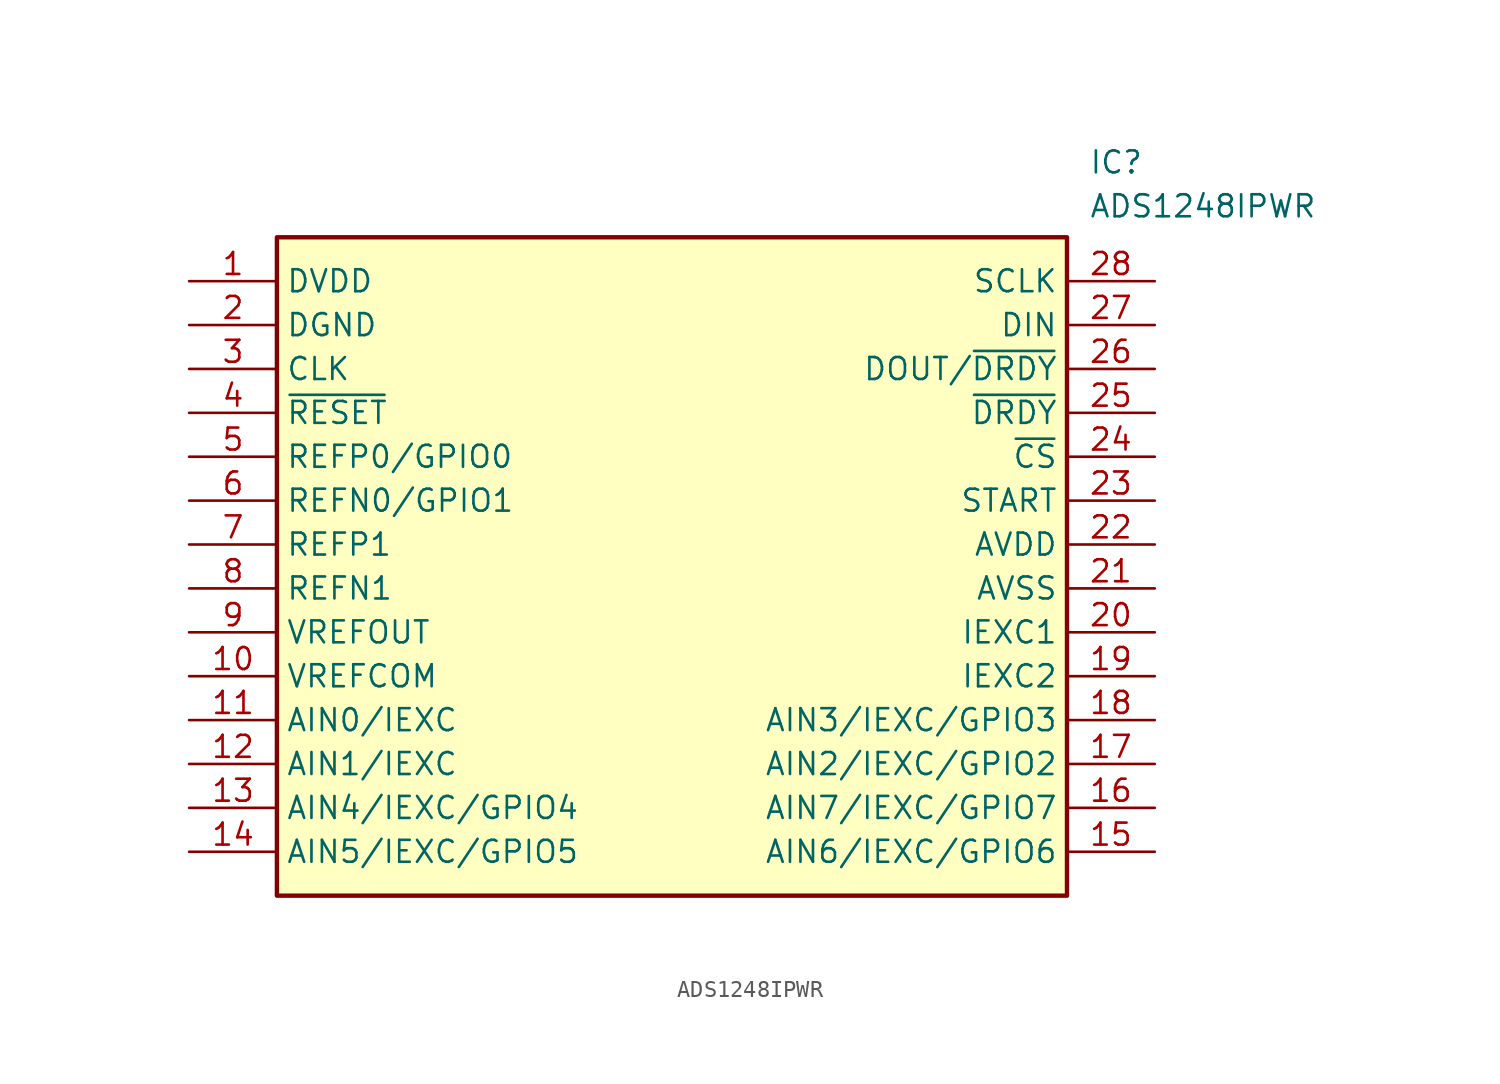
<source format=kicad_sym>
(kicad_symbol_lib
  (version 20211014)
  (generator SamacSys_ECAD_Model)
  (symbol "ADS1248IPWR"
    (property "Reference" "IC"
      (at 52.07 7.62 0)
      (effects (font (size 1.27 1.27)) (justify left top)))
    (property "Value" "ADS1248IPWR"
      (at 52.07 5.08 0)
      (effects (font (size 1.27 1.27)) (justify left top)))
    (rectangle
      (start 5.08 2.54)
      (end 50.8 -35.56)
      (stroke (width 0.254) (type default))
      (fill (type background)))
    (pin passive line
      (at 0 0 0)
      (length 5.08)
      (name "DVDD" (effects (font (size 1.27 1.27))))
      (number "1" (effects (font (size 1.27 1.27)))))
    (pin passive line
      (at 0 -2.54 0)
      (length 5.08)
      (name "DGND" (effects (font (size 1.27 1.27))))
      (number "2" (effects (font (size 1.27 1.27)))))
    (pin passive line
      (at 0 -5.08 0)
      (length 5.08)
      (name "CLK" (effects (font (size 1.27 1.27))))
      (number "3" (effects (font (size 1.27 1.27)))))
    (pin passive line
      (at 0 -7.62 0)
      (length 5.08)
      (name "~{RESET}" (effects (font (size 1.27 1.27))))
      (number "4" (effects (font (size 1.27 1.27)))))
    (pin passive line
      (at 0 -10.16 0)
      (length 5.08)
      (name "REFP0/GPIO0" (effects (font (size 1.27 1.27))))
      (number "5" (effects (font (size 1.27 1.27)))))
    (pin passive line
      (at 0 -12.7 0)
      (length 5.08)
      (name "REFN0/GPIO1" (effects (font (size 1.27 1.27))))
      (number "6" (effects (font (size 1.27 1.27)))))
    (pin passive line
      (at 0 -15.24 0)
      (length 5.08)
      (name "REFP1" (effects (font (size 1.27 1.27))))
      (number "7" (effects (font (size 1.27 1.27)))))
    (pin passive line
      (at 0 -17.78 0)
      (length 5.08)
      (name "REFN1" (effects (font (size 1.27 1.27))))
      (number "8" (effects (font (size 1.27 1.27)))))
    (pin passive line
      (at 0 -20.32 0)
      (length 5.08)
      (name "VREFOUT" (effects (font (size 1.27 1.27))))
      (number "9" (effects (font (size 1.27 1.27)))))
    (pin passive line
      (at 0 -22.86 0)
      (length 5.08)
      (name "VREFCOM" (effects (font (size 1.27 1.27))))
      (number "10" (effects (font (size 1.27 1.27)))))
    (pin passive line
      (at 0 -25.4 0)
      (length 5.08)
      (name "AIN0/IEXC" (effects (font (size 1.27 1.27))))
      (number "11" (effects (font (size 1.27 1.27)))))
    (pin passive line
      (at 0 -27.94 0)
      (length 5.08)
      (name "AIN1/IEXC" (effects (font (size 1.27 1.27))))
      (number "12" (effects (font (size 1.27 1.27)))))
    (pin passive line
      (at 0 -30.48 0)
      (length 5.08)
      (name "AIN4/IEXC/GPIO4" (effects (font (size 1.27 1.27))))
      (number "13" (effects (font (size 1.27 1.27)))))
    (pin passive line
      (at 0 -33.02 0)
      (length 5.08)
      (name "AIN5/IEXC/GPIO5" (effects (font (size 1.27 1.27))))
      (number "14" (effects (font (size 1.27 1.27)))))
    (pin passive line
      (at 55.88 0 180)
      (length 5.08)
      (name "SCLK" (effects (font (size 1.27 1.27))))
      (number "28" (effects (font (size 1.27 1.27)))))
    (pin passive line
      (at 55.88 -2.54 180)
      (length 5.08)
      (name "DIN" (effects (font (size 1.27 1.27))))
      (number "27" (effects (font (size 1.27 1.27)))))
    (pin passive line
      (at 55.88 -5.08 180)
      (length 5.08)
      (name "DOUT/~{DRDY}" (effects (font (size 1.27 1.27))))
      (number "26" (effects (font (size 1.27 1.27)))))
    (pin passive line
      (at 55.88 -7.62 180)
      (length 5.08)
      (name "~{DRDY}" (effects (font (size 1.27 1.27))))
      (number "25" (effects (font (size 1.27 1.27)))))
    (pin passive line
      (at 55.88 -10.16 180)
      (length 5.08)
      (name "~{CS}" (effects (font (size 1.27 1.27))))
      (number "24" (effects (font (size 1.27 1.27)))))
    (pin passive line
      (at 55.88 -12.7 180)
      (length 5.08)
      (name "START" (effects (font (size 1.27 1.27))))
      (number "23" (effects (font (size 1.27 1.27)))))
    (pin passive line
      (at 55.88 -15.24 180)
      (length 5.08)
      (name "AVDD" (effects (font (size 1.27 1.27))))
      (number "22" (effects (font (size 1.27 1.27)))))
    (pin passive line
      (at 55.88 -17.78 180)
      (length 5.08)
      (name "AVSS" (effects (font (size 1.27 1.27))))
      (number "21" (effects (font (size 1.27 1.27)))))
    (pin passive line
      (at 55.88 -20.32 180)
      (length 5.08)
      (name "IEXC1" (effects (font (size 1.27 1.27))))
      (number "20" (effects (font (size 1.27 1.27)))))
    (pin passive line
      (at 55.88 -22.86 180)
      (length 5.08)
      (name "IEXC2" (effects (font (size 1.27 1.27))))
      (number "19" (effects (font (size 1.27 1.27)))))
    (pin passive line
      (at 55.88 -25.4 180)
      (length 5.08)
      (name "AIN3/IEXC/GPIO3" (effects (font (size 1.27 1.27))))
      (number "18" (effects (font (size 1.27 1.27)))))
    (pin passive line
      (at 55.88 -27.94 180)
      (length 5.08)
      (name "AIN2/IEXC/GPIO2" (effects (font (size 1.27 1.27))))
      (number "17" (effects (font (size 1.27 1.27)))))
    (pin passive line
      (at 55.88 -30.48 180)
      (length 5.08)
      (name "AIN7/IEXC/GPIO7" (effects (font (size 1.27 1.27))))
      (number "16" (effects (font (size 1.27 1.27)))))
    (pin passive line
      (at 55.88 -33.02 180)
      (length 5.08)
      (name "AIN6/IEXC/GPIO6" (effects (font (size 1.27 1.27))))
      (number "15" (effects (font (size 1.27 1.27)))))))
</source>
